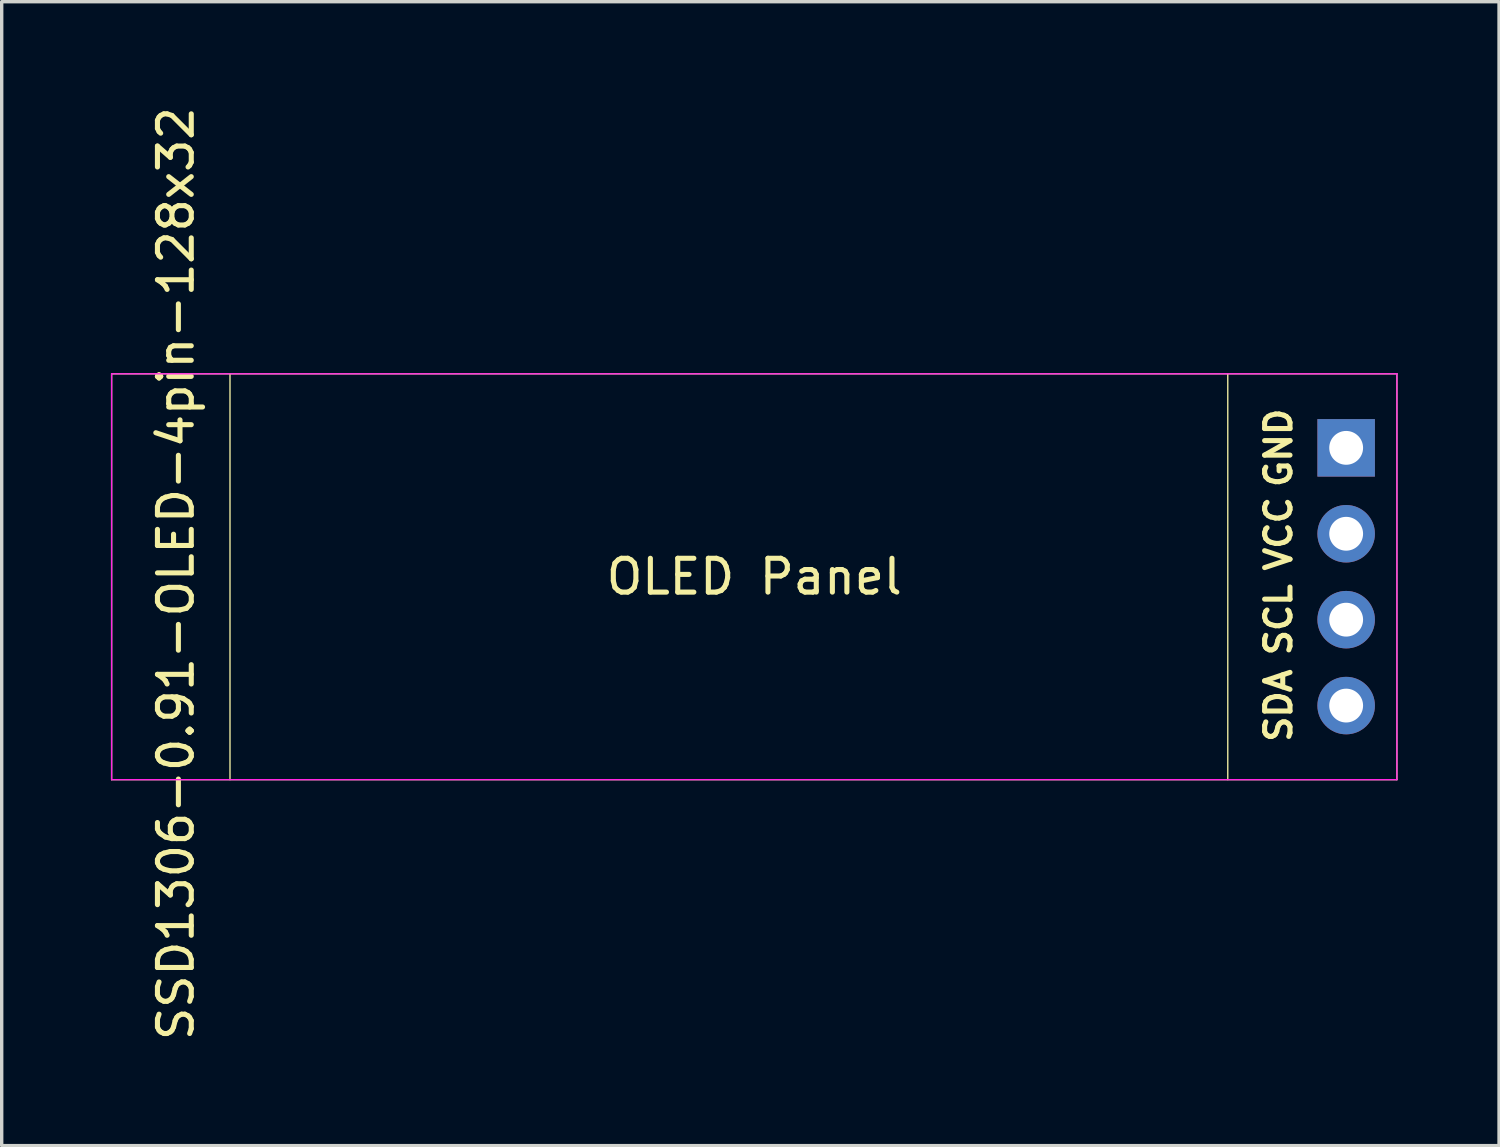
<source format=kicad_pcb>
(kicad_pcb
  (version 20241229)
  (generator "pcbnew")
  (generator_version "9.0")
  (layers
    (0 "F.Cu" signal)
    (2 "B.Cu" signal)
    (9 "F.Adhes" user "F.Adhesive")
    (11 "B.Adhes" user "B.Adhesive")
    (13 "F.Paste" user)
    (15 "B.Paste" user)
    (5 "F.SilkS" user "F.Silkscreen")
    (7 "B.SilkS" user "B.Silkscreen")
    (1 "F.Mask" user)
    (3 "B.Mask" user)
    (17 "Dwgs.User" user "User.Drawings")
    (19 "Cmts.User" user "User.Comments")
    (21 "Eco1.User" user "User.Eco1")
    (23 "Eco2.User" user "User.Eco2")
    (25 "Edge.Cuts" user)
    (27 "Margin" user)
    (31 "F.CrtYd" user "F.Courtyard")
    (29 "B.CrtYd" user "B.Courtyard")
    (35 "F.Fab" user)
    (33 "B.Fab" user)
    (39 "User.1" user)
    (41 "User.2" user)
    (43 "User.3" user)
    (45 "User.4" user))
  (footprint "SSD1306-0.91-OLED-4pin-128x32"
    (layer "F.Cu")
    (at 0.25 8.001)
    (property "Reference" "SSD1306-0.91-OLED-4pin-128x32" (at 1.9 5.91 90) (layer "F.SilkS") (effects (font (size 1 1) (thickness 0.15))))
    (attr through_hole)
    (fp_line (start 0 0) (end 0 12) (stroke (width 0.04) (type solid)) (layer "F.SilkS"))
    (fp_line (start 0 12) (end 38 12) (stroke (width 0.04) (type solid)) (layer "F.SilkS"))
    (fp_line (start 3.5 0) (end 3.5 12) (stroke (width 0.04) (type solid)) (layer "F.SilkS"))
    (fp_line (start 33 0) (end 33 12) (stroke (width 0.04) (type solid)) (layer "F.SilkS"))
    (fp_line (start 38 0) (end 0 0) (stroke (width 0.04) (type solid)) (layer "F.SilkS"))
    (fp_line (start 38 12) (end 38 0) (stroke (width 0.04) (type solid)) (layer "F.SilkS"))
    (fp_line (start 0 0) (end 0 12) (stroke (width 0.04) (type solid)) (layer "F.CrtYd"))
    (fp_line (start 0 12) (end 38 12) (stroke (width 0.04) (type solid)) (layer "F.CrtYd"))
    (fp_line (start 38 0) (end 0 0) (stroke (width 0.04) (type solid)) (layer "F.CrtYd"))
    (fp_line (start 38 12) (end 38 0) (stroke (width 0.04) (type solid)) (layer "F.CrtYd"))
    (fp_text user "SCL" (at 34.5 7.27 270) (layer "F.SilkS") (effects (font (size 0.75 0.75) (thickness 0.15))))
    (fp_text user "SDA" (at 34.5 9.81 270) (layer "F.SilkS") (effects (font (size 0.75 0.75) (thickness 0.15))))
    (fp_text user "GND" (at 34.5 2.19 270) (layer "F.SilkS") (effects (font (size 0.75 0.75) (thickness 0.15))))
    (fp_text user "VCC" (at 34.5 4.73 270) (layer "F.SilkS") (effects (font (size 0.75 0.75) (thickness 0.15))))
    (fp_text user "OLED Panel" (at 19 6 0) (layer "F.SilkS") (effects (font (size 1 1) (thickness 0.15))))
    (pad "1" thru_hole rect (at 36.5 2.19) (size 1.7 1.7) (drill 1) (layers "*.Cu" "*.Mask"))
    (pad "2" thru_hole oval (at 36.5 4.73) (size 1.7 1.7) (drill 1) (layers "*.Cu" "*.Mask"))
    (pad "3" thru_hole oval (at 36.5 7.27) (size 1.7 1.7) (drill 1) (layers "*.Cu" "*.Mask"))
    (pad "4" thru_hole oval (at 36.5 9.81) (size 1.7 1.7) (drill 1) (layers "*.Cu" "*.Mask")))
  (gr_rect
    (start -3 -3)
    (end 41.27 30.821)
    (stroke (width 0.1) (type default))
    (fill no)
    (layer "Edge.Cuts")))
</source>
